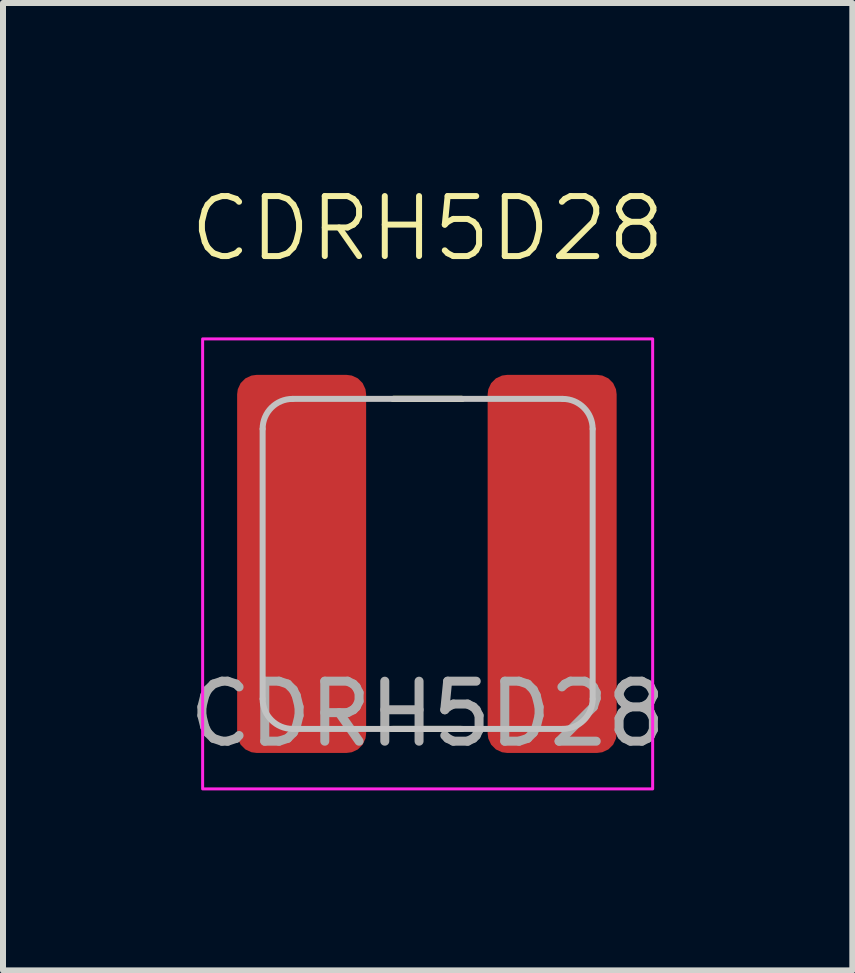
<source format=kicad_pcb>
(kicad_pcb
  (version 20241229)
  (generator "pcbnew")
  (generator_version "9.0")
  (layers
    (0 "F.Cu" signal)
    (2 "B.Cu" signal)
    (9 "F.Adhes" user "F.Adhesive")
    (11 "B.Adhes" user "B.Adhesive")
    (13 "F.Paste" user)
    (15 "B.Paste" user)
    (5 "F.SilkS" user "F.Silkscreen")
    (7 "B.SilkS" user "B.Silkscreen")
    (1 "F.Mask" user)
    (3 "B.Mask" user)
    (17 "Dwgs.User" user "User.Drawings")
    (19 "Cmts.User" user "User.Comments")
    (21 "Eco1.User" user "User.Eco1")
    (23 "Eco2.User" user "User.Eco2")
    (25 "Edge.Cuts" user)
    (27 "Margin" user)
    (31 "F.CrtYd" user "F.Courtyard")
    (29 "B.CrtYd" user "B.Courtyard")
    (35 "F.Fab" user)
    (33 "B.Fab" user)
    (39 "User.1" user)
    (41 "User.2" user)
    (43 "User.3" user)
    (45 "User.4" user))
  (footprint "CDRH5D28"
    (layer "F.Cu")
    (at 4.077 6.348)
    (property "Reference" "CDRH5D28" (at 0 -5.588 0) (unlocked yes) (layer "F.SilkS") (effects (font (size 1 1) (thickness 0.1))))
    (attr smd)
    (fp_line (start -0.6 2.75) (end 0.55 2.75) (stroke (width 0.1) (type default)) (layer "F.SilkS"))
    (fp_line (start -0.575 -2.75) (end 0.575 -2.75) (stroke (width 0.1) (type default)) (layer "F.SilkS"))
    (fp_line (start -0.575 -2.75) (end 0.575 -2.75) (stroke (width 0.1) (type default)) (layer "F.SilkS"))
    (fp_line (start -0.575 2.75) (end 0.575 2.75) (stroke (width 0.1) (type default)) (layer "F.SilkS"))
    (fp_line (start -2.75 2.25) (end -2.75 -2.25) (stroke (width 0.1) (type default)) (layer "Dwgs.User"))
    (fp_line (start -2.25 -2.75) (end 2.25 -2.75) (stroke (width 0.1) (type default)) (layer "Dwgs.User"))
    (fp_line (start 2.25 2.75) (end -2.25 2.75) (stroke (width 0.1) (type default)) (layer "Dwgs.User"))
    (fp_line (start 2.75 -2.25) (end 2.75 2.25) (stroke (width 0.1) (type default)) (layer "Dwgs.User"))
    (fp_arc (start -2.75 -2.25) (mid -2.603553 -2.603553) (end -2.25 -2.75) (stroke (width 0.1) (type default)) (layer "Dwgs.User"))
    (fp_arc (start -2.25 2.75) (mid -2.603553 2.603553) (end -2.75 2.25) (stroke (width 0.1) (type default)) (layer "Dwgs.User"))
    (fp_arc (start 2.25 -2.75) (mid 2.603553 -2.603553) (end 2.75 -2.25) (stroke (width 0.1) (type default)) (layer "Dwgs.User"))
    (fp_arc (start 2.75 2.25) (mid 2.603553 2.603553) (end 2.25 2.75) (stroke (width 0.1) (type default)) (layer "Dwgs.User"))
    (fp_rect (start -3.75 -3.75) (end 3.75 3.75) (stroke (width 0.05) (type solid)) (fill no) (layer "F.CrtYd"))
    (fp_text user "${REFERENCE}" (at 0 2.5 0) (unlocked yes) (layer "F.Fab") (effects (font (size 1 1) (thickness 0.15))))
    (pad "1" smd roundrect (at -2.1 0) (size 2.15 6.3) (layers "F.Cu" "F.Mask" "F.Paste") (roundrect_rratio 0.15))
    (pad "2" smd roundrect (at 2.075 0) (size 2.15 6.3) (layers "F.Cu" "F.Mask" "F.Paste") (roundrect_rratio 0.15)))
  (gr_rect
    (start -3 -3)
    (end 11.155 13.123)
    (stroke (width 0.1) (type default))
    (fill no)
    (layer "Edge.Cuts")))
</source>
